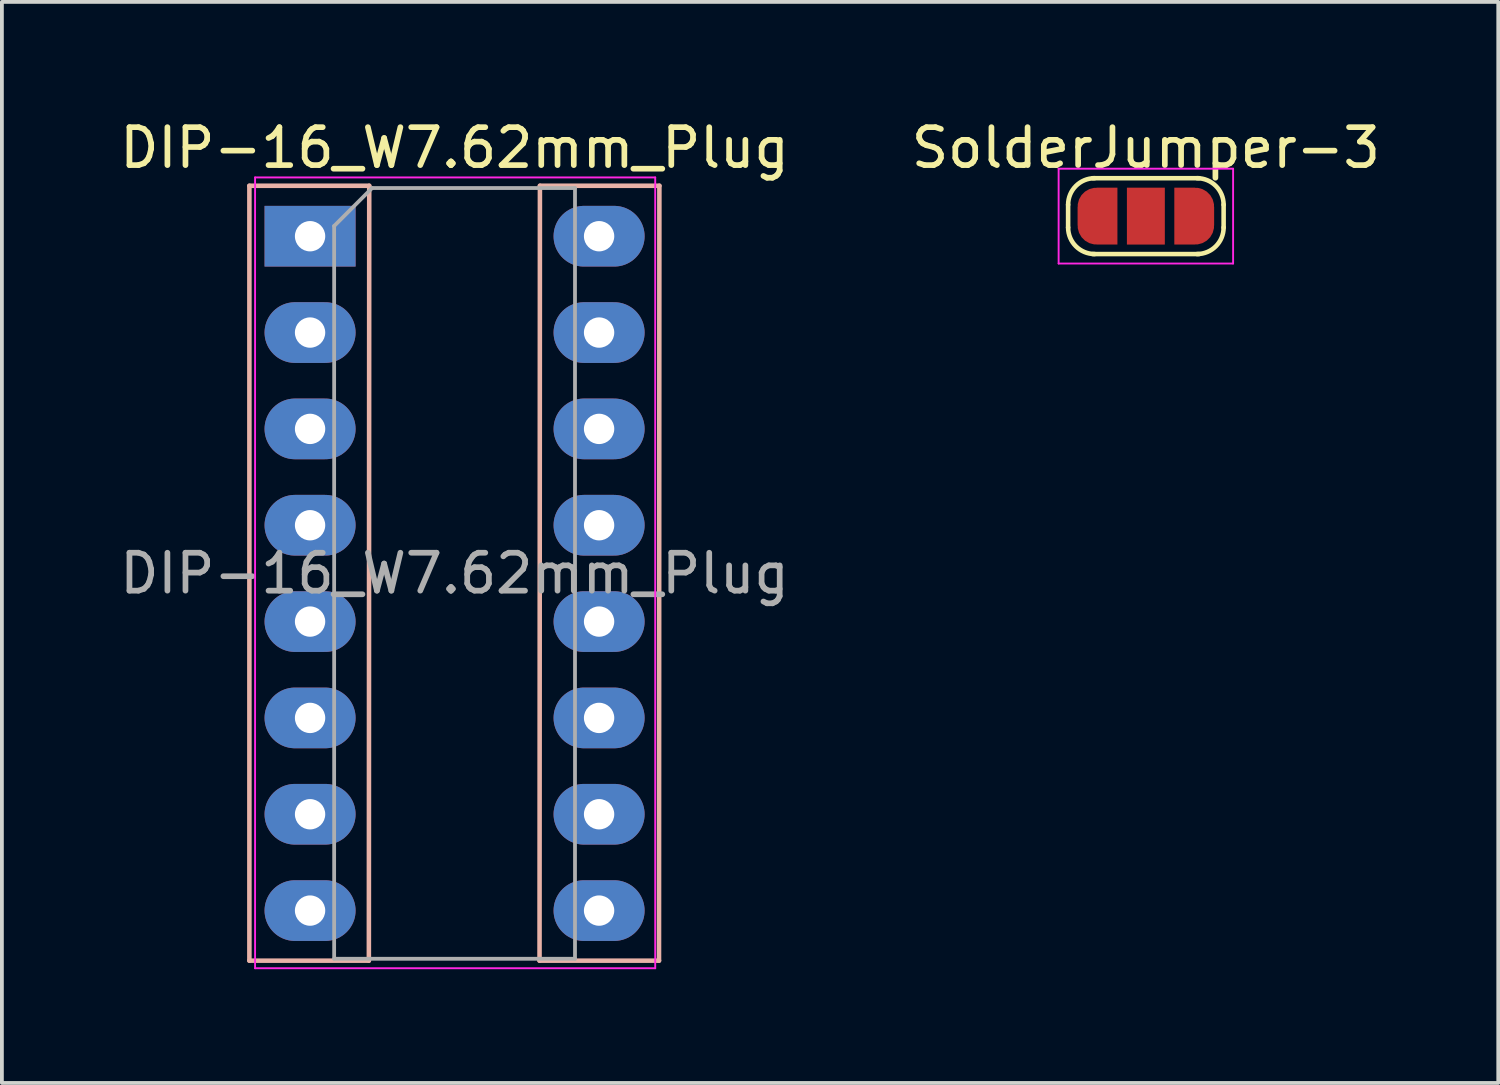
<source format=kicad_pcb>
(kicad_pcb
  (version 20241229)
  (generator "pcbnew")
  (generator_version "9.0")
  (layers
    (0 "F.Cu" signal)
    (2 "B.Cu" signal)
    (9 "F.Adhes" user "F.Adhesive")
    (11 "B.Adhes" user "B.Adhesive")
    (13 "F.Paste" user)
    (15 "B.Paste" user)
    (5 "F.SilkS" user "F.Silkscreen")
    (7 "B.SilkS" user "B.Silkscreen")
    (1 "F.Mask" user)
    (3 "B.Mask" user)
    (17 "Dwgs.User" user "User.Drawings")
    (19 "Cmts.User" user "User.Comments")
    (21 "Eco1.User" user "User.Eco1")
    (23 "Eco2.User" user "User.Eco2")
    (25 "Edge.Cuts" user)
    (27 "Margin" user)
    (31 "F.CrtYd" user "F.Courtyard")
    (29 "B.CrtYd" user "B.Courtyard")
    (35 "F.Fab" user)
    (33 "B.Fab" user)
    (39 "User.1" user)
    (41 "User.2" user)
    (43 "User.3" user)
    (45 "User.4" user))
  (footprint "SolderJumper-3"
    (layer "F.Cu")
    (at 27.161 2.648)
    (property "Reference" "SolderJumper-3" (at 0 -1.8 0) (layer "F.SilkS") (effects (font (size 1 1) (thickness 0.15))))
    (attr exclude_from_pos_files exclude_from_bom)
    (fp_line (start -2.05 0.3) (end -2.05 -0.3) (stroke (width 0.12) (type solid)) (layer "F.SilkS"))
    (fp_line (start -1.4 -1) (end 1.4 -1) (stroke (width 0.12) (type solid)) (layer "F.SilkS"))
    (fp_line (start 1.4 1) (end -1.4 1) (stroke (width 0.12) (type solid)) (layer "F.SilkS"))
    (fp_line (start 2.05 -0.3) (end 2.05 0.3) (stroke (width 0.12) (type solid)) (layer "F.SilkS"))
    (fp_arc (start -2.05 -0.3) (mid -1.844975 -0.794975) (end -1.35 -1) (stroke (width 0.12) (type solid)) (layer "F.SilkS"))
    (fp_arc (start -1.35 1) (mid -1.844975 0.794975) (end -2.05 0.3) (stroke (width 0.12) (type solid)) (layer "F.SilkS"))
    (fp_arc (start 1.35 -1) (mid 1.844975 -0.794975) (end 2.05 -0.3) (stroke (width 0.12) (type solid)) (layer "F.SilkS"))
    (fp_arc (start 2.05 0.3) (mid 1.844975 0.794975) (end 1.35 1) (stroke (width 0.12) (type solid)) (layer "F.SilkS"))
    (fp_line (start -2.3 -1.25) (end -2.3 1.25) (stroke (width 0.05) (type solid)) (layer "F.CrtYd"))
    (fp_line (start -2.3 -1.25) (end 2.3 -1.25) (stroke (width 0.05) (type solid)) (layer "F.CrtYd"))
    (fp_line (start 2.3 1.25) (end -2.3 1.25) (stroke (width 0.05) (type solid)) (layer "F.CrtYd"))
    (fp_line (start 2.3 1.25) (end 2.3 -1.25) (stroke (width 0.05) (type solid)) (layer "F.CrtYd"))
    (pad "1" smd custom (at -1.3 0) (size 1 0.5) (layers "F.Cu" "F.Mask") (options (anchor rect)) (primitives (gr_circle (center 0 0.25) (end 0.5 0.25) (width 0) (fill yes)) (gr_circle (center 0 -0.25) (end 0.5 -0.25) (width 0) (fill yes)) (gr_poly (pts (xy 0.55 -0.75) (xy 0 -0.75) (xy 0 0.75) (xy 0.55 0.75)) (width 0) (fill yes))))
    (pad "2" smd rect (at 0 0) (size 1 1.5) (layers "F.Cu" "F.Mask"))
    (pad "3" smd custom (at 1.3 0) (size 1 0.5) (layers "F.Cu" "F.Mask") (options (anchor rect)) (primitives (gr_circle (center 0 0.25) (end 0.5 0.25) (width 0) (fill yes)) (gr_circle (center 0 -0.25) (end 0.5 -0.25) (width 0) (fill yes)) (gr_poly (pts (xy -0.55 -0.75) (xy 0 -0.75) (xy 0 0.75) (xy -0.55 0.75)) (width 0) (fill yes)))))
  (footprint "DIP-16_W7.62mm_Plug"
    (layer "F.Cu")
    (at 5.125 3.178)
    (property "Reference" "DIP-16_W7.62mm_Plug" (at 3.81 -2.33 0) (layer "F.SilkS") (effects (font (size 1 1) (thickness 0.15))))
    (attr through_hole)
    (fp_line (start -1.6 -1.33) (end -1.6 19.1) (stroke (width 0.12) (type solid)) (layer "B.SilkS"))
    (fp_line (start -1.6 19.1) (end 1.55 19.1) (stroke (width 0.12) (type solid)) (layer "B.SilkS"))
    (fp_line (start 1.56 -1.33) (end -1.6 -1.33) (stroke (width 0.12) (type solid)) (layer "B.SilkS"))
    (fp_line (start 1.56 -1.33) (end 1.55 19.1) (stroke (width 0.12) (type solid)) (layer "B.SilkS"))
    (fp_line (start 6.05 19.1) (end 6.06 -1.33) (stroke (width 0.12) (type solid)) (layer "B.SilkS"))
    (fp_line (start 6.05 19.1) (end 9.2 19.1) (stroke (width 0.12) (type solid)) (layer "B.SilkS"))
    (fp_line (start 6.06 -1.33) (end 9.21 -1.33) (stroke (width 0.12) (type solid)) (layer "B.SilkS"))
    (fp_line (start 9.2 19.1) (end 9.21 -1.33) (stroke (width 0.12) (type solid)) (layer "B.SilkS"))
    (fp_line (start -1.45 -1.55) (end -1.45 19.3) (stroke (width 0.05) (type solid)) (layer "F.CrtYd"))
    (fp_line (start -1.45 19.3) (end 9.1 19.3) (stroke (width 0.05) (type solid)) (layer "F.CrtYd"))
    (fp_line (start 9.1 -1.55) (end -1.45 -1.55) (stroke (width 0.05) (type solid)) (layer "F.CrtYd"))
    (fp_line (start 9.1 19.3) (end 9.1 -1.55) (stroke (width 0.05) (type solid)) (layer "F.CrtYd"))
    (fp_line (start 0.635 -0.27) (end 1.635 -1.27) (stroke (width 0.1) (type solid)) (layer "F.Fab"))
    (fp_line (start 0.635 19.05) (end 0.635 -0.27) (stroke (width 0.1) (type solid)) (layer "F.Fab"))
    (fp_line (start 1.635 -1.27) (end 6.985 -1.27) (stroke (width 0.1) (type solid)) (layer "F.Fab"))
    (fp_line (start 6.985 -1.27) (end 6.985 19.05) (stroke (width 0.1) (type solid)) (layer "F.Fab"))
    (fp_line (start 6.985 19.05) (end 0.635 19.05) (stroke (width 0.1) (type solid)) (layer "F.Fab"))
    (fp_text user "${REFERENCE}" (at 3.81 8.89 0) (layer "F.Fab") (effects (font (size 1 1) (thickness 0.15))))
    (pad "1" thru_hole rect (at 0 0) (size 2.4 1.6) (drill 0.8) (layers "*.Cu" "*.Mask"))
    (pad "2" thru_hole oval (at 0 2.54) (size 2.4 1.6) (drill 0.8) (layers "*.Cu" "*.Mask"))
    (pad "3" thru_hole oval (at 0 5.08) (size 2.4 1.6) (drill 0.8) (layers "*.Cu" "*.Mask"))
    (pad "4" thru_hole oval (at 0 7.62) (size 2.4 1.6) (drill 0.8) (layers "*.Cu" "*.Mask"))
    (pad "5" thru_hole oval (at 0 10.16) (size 2.4 1.6) (drill 0.8) (layers "*.Cu" "*.Mask"))
    (pad "6" thru_hole oval (at 0 12.7) (size 2.4 1.6) (drill 0.8) (layers "*.Cu" "*.Mask"))
    (pad "7" thru_hole oval (at 0 15.24) (size 2.4 1.6) (drill 0.8) (layers "*.Cu" "*.Mask"))
    (pad "8" thru_hole oval (at 0 17.78) (size 2.4 1.6) (drill 0.8) (layers "*.Cu" "*.Mask"))
    (pad "9" thru_hole oval (at 7.62 17.78) (size 2.4 1.6) (drill 0.8) (layers "*.Cu" "*.Mask"))
    (pad "10" thru_hole oval (at 7.62 15.24) (size 2.4 1.6) (drill 0.8) (layers "*.Cu" "*.Mask"))
    (pad "11" thru_hole oval (at 7.62 12.7) (size 2.4 1.6) (drill 0.8) (layers "*.Cu" "*.Mask"))
    (pad "12" thru_hole oval (at 7.62 10.16) (size 2.4 1.6) (drill 0.8) (layers "*.Cu" "*.Mask"))
    (pad "13" thru_hole oval (at 7.62 7.62) (size 2.4 1.6) (drill 0.8) (layers "*.Cu" "*.Mask"))
    (pad "14" thru_hole oval (at 7.62 5.08) (size 2.4 1.6) (drill 0.8) (layers "*.Cu" "*.Mask"))
    (pad "15" thru_hole oval (at 7.62 2.54) (size 2.4 1.6) (drill 0.8) (layers "*.Cu" "*.Mask"))
    (pad "16" thru_hole oval (at 7.62 0) (size 2.4 1.6) (drill 0.8) (layers "*.Cu" "*.Mask")))
  (gr_rect
    (start -3 -3)
    (end 36.452 25.503)
    (stroke (width 0.1) (type default))
    (fill no)
    (layer "Edge.Cuts")))
</source>
